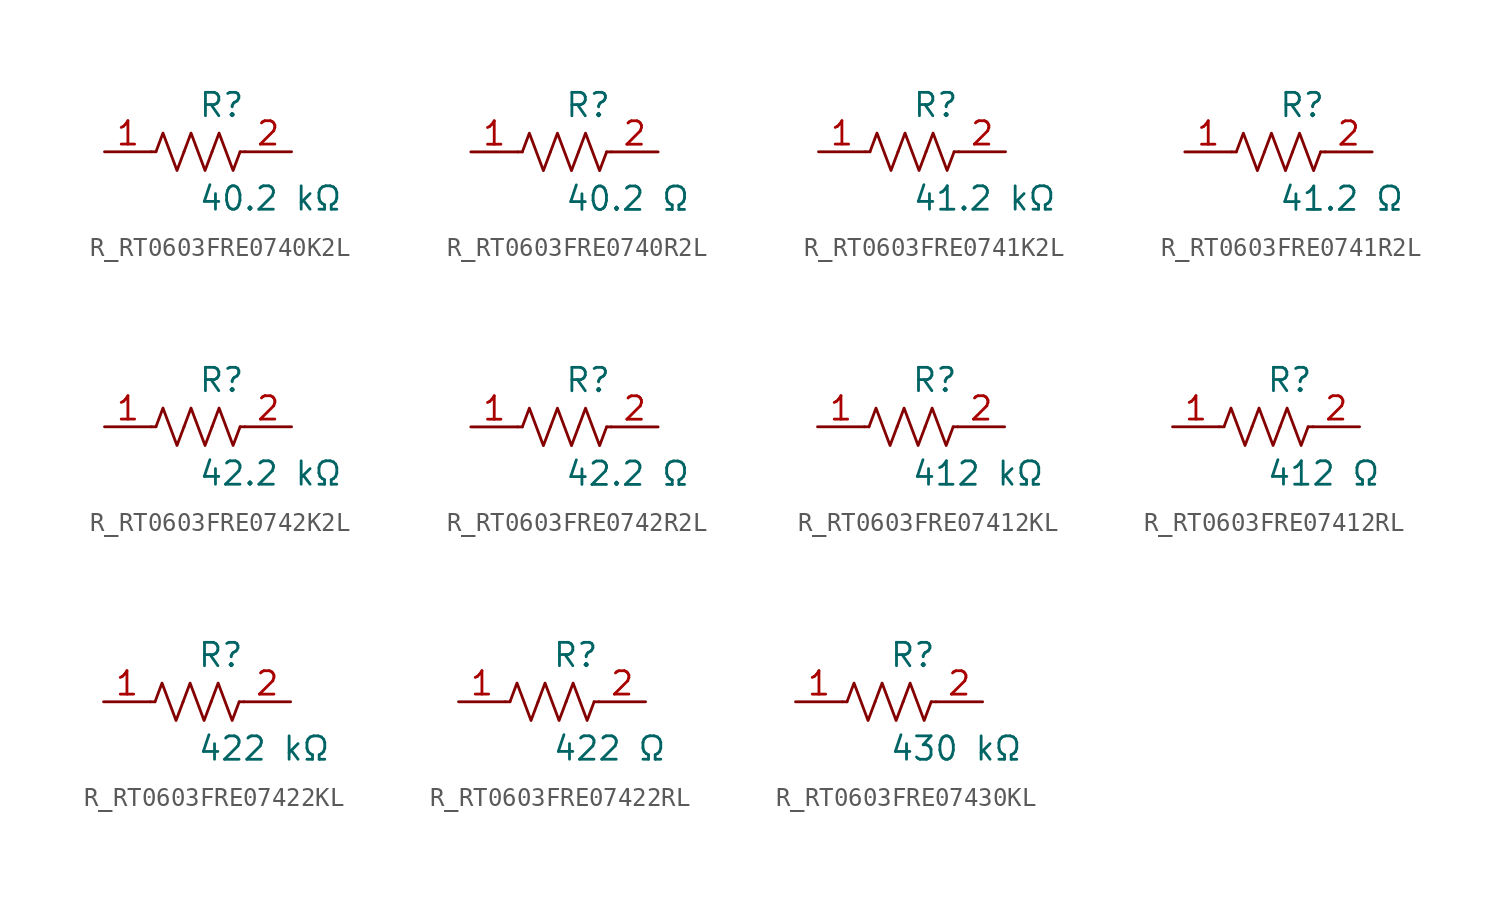
<source format=kicad_sym>
(kicad_symbol_lib
  (version 20231120)
  (generator kicad_symbol_editor)
  (generator_version 8.0)
  (symbol "R_RT0603FRE0740K2L"
    (pin_names
      (offset 0.254))
    (property "Reference" "R"
      (at 0.0 2.54 0)
      (effects (font (size 1.27 1.27)) (justify left)))
    (property "Value" "40.2 kΩ"
      (at 0.0 -2.54 0)
      (effects (font (size 1.27 1.27)) (justify left)))
    (symbol "R_RT0603FRE0740K2L_0_1"
      (polyline (pts (xy 2.286 0) (xy 2.54 0)) (stroke (width 0) (type default)) (fill (type none)))
      (polyline (pts (xy -2.286 0) (xy -2.54 0)) (stroke (width 0) (type default)) (fill (type none)))
      (polyline (pts (xy 0.762 0) (xy 1.143 1.016) (xy 1.524 0) (xy 1.905 -1.016) (xy 2.286 0)) (stroke (width 0) (type default)) (fill (type none)))
      (polyline (pts (xy -0.762 0) (xy -0.381 1.016) (xy 0 0) (xy 0.381 -1.016) (xy 0.762 0)) (stroke (width 0) (type default)) (fill (type none)))
      (polyline (pts (xy -2.286 0) (xy -1.905 1.016) (xy -1.524 0) (xy -1.143 -1.016) (xy -0.762 0)) (stroke (width 0) (type default)) (fill (type none))))
    (pin unspecified line
      (at -5.08 0 0)
      (length 2.54)
      (name "" (effects (font (size 1.27 1.27))))
      (number "1" (effects (font (size 1.27 1.27)))))
    (pin unspecified line
      (at 5.08 0 180)
      (length 2.54)
      (name "" (effects (font (size 1.27 1.27))))
      (number "2" (effects (font (size 1.27 1.27))))))
  (symbol "R_RT0603FRE0740R2L"
    (pin_names
      (offset 0.254))
    (property "Reference" "R"
      (at 0.0 2.54 0)
      (effects (font (size 1.27 1.27)) (justify left)))
    (property "Value" "40.2 Ω"
      (at 0.0 -2.54 0)
      (effects (font (size 1.27 1.27)) (justify left)))
    (symbol "R_RT0603FRE0740R2L_0_1"
      (polyline (pts (xy 2.286 0) (xy 2.54 0)) (stroke (width 0) (type default)) (fill (type none)))
      (polyline (pts (xy -2.286 0) (xy -2.54 0)) (stroke (width 0) (type default)) (fill (type none)))
      (polyline (pts (xy 0.762 0) (xy 1.143 1.016) (xy 1.524 0) (xy 1.905 -1.016) (xy 2.286 0)) (stroke (width 0) (type default)) (fill (type none)))
      (polyline (pts (xy -0.762 0) (xy -0.381 1.016) (xy 0 0) (xy 0.381 -1.016) (xy 0.762 0)) (stroke (width 0) (type default)) (fill (type none)))
      (polyline (pts (xy -2.286 0) (xy -1.905 1.016) (xy -1.524 0) (xy -1.143 -1.016) (xy -0.762 0)) (stroke (width 0) (type default)) (fill (type none))))
    (pin unspecified line
      (at -5.08 0 0)
      (length 2.54)
      (name "" (effects (font (size 1.27 1.27))))
      (number "1" (effects (font (size 1.27 1.27)))))
    (pin unspecified line
      (at 5.08 0 180)
      (length 2.54)
      (name "" (effects (font (size 1.27 1.27))))
      (number "2" (effects (font (size 1.27 1.27))))))
  (symbol "R_RT0603FRE0741K2L"
    (pin_names
      (offset 0.254))
    (property "Reference" "R"
      (at 0.0 2.54 0)
      (effects (font (size 1.27 1.27)) (justify left)))
    (property "Value" "41.2 kΩ"
      (at 0.0 -2.54 0)
      (effects (font (size 1.27 1.27)) (justify left)))
    (symbol "R_RT0603FRE0741K2L_0_1"
      (polyline (pts (xy 2.286 0) (xy 2.54 0)) (stroke (width 0) (type default)) (fill (type none)))
      (polyline (pts (xy -2.286 0) (xy -2.54 0)) (stroke (width 0) (type default)) (fill (type none)))
      (polyline (pts (xy 0.762 0) (xy 1.143 1.016) (xy 1.524 0) (xy 1.905 -1.016) (xy 2.286 0)) (stroke (width 0) (type default)) (fill (type none)))
      (polyline (pts (xy -0.762 0) (xy -0.381 1.016) (xy 0 0) (xy 0.381 -1.016) (xy 0.762 0)) (stroke (width 0) (type default)) (fill (type none)))
      (polyline (pts (xy -2.286 0) (xy -1.905 1.016) (xy -1.524 0) (xy -1.143 -1.016) (xy -0.762 0)) (stroke (width 0) (type default)) (fill (type none))))
    (pin unspecified line
      (at -5.08 0 0)
      (length 2.54)
      (name "" (effects (font (size 1.27 1.27))))
      (number "1" (effects (font (size 1.27 1.27)))))
    (pin unspecified line
      (at 5.08 0 180)
      (length 2.54)
      (name "" (effects (font (size 1.27 1.27))))
      (number "2" (effects (font (size 1.27 1.27))))))
  (symbol "R_RT0603FRE0741R2L"
    (pin_names
      (offset 0.254))
    (property "Reference" "R"
      (at 0.0 2.54 0)
      (effects (font (size 1.27 1.27)) (justify left)))
    (property "Value" "41.2 Ω"
      (at 0.0 -2.54 0)
      (effects (font (size 1.27 1.27)) (justify left)))
    (symbol "R_RT0603FRE0741R2L_0_1"
      (polyline (pts (xy 2.286 0) (xy 2.54 0)) (stroke (width 0) (type default)) (fill (type none)))
      (polyline (pts (xy -2.286 0) (xy -2.54 0)) (stroke (width 0) (type default)) (fill (type none)))
      (polyline (pts (xy 0.762 0) (xy 1.143 1.016) (xy 1.524 0) (xy 1.905 -1.016) (xy 2.286 0)) (stroke (width 0) (type default)) (fill (type none)))
      (polyline (pts (xy -0.762 0) (xy -0.381 1.016) (xy 0 0) (xy 0.381 -1.016) (xy 0.762 0)) (stroke (width 0) (type default)) (fill (type none)))
      (polyline (pts (xy -2.286 0) (xy -1.905 1.016) (xy -1.524 0) (xy -1.143 -1.016) (xy -0.762 0)) (stroke (width 0) (type default)) (fill (type none))))
    (pin unspecified line
      (at -5.08 0 0)
      (length 2.54)
      (name "" (effects (font (size 1.27 1.27))))
      (number "1" (effects (font (size 1.27 1.27)))))
    (pin unspecified line
      (at 5.08 0 180)
      (length 2.54)
      (name "" (effects (font (size 1.27 1.27))))
      (number "2" (effects (font (size 1.27 1.27))))))
  (symbol "R_RT0603FRE0742K2L"
    (pin_names
      (offset 0.254))
    (property "Reference" "R"
      (at 0.0 2.54 0)
      (effects (font (size 1.27 1.27)) (justify left)))
    (property "Value" "42.2 kΩ"
      (at 0.0 -2.54 0)
      (effects (font (size 1.27 1.27)) (justify left)))
    (symbol "R_RT0603FRE0742K2L_0_1"
      (polyline (pts (xy 2.286 0) (xy 2.54 0)) (stroke (width 0) (type default)) (fill (type none)))
      (polyline (pts (xy -2.286 0) (xy -2.54 0)) (stroke (width 0) (type default)) (fill (type none)))
      (polyline (pts (xy 0.762 0) (xy 1.143 1.016) (xy 1.524 0) (xy 1.905 -1.016) (xy 2.286 0)) (stroke (width 0) (type default)) (fill (type none)))
      (polyline (pts (xy -0.762 0) (xy -0.381 1.016) (xy 0 0) (xy 0.381 -1.016) (xy 0.762 0)) (stroke (width 0) (type default)) (fill (type none)))
      (polyline (pts (xy -2.286 0) (xy -1.905 1.016) (xy -1.524 0) (xy -1.143 -1.016) (xy -0.762 0)) (stroke (width 0) (type default)) (fill (type none))))
    (pin unspecified line
      (at -5.08 0 0)
      (length 2.54)
      (name "" (effects (font (size 1.27 1.27))))
      (number "1" (effects (font (size 1.27 1.27)))))
    (pin unspecified line
      (at 5.08 0 180)
      (length 2.54)
      (name "" (effects (font (size 1.27 1.27))))
      (number "2" (effects (font (size 1.27 1.27))))))
  (symbol "R_RT0603FRE0742R2L"
    (pin_names
      (offset 0.254))
    (property "Reference" "R"
      (at 0.0 2.54 0)
      (effects (font (size 1.27 1.27)) (justify left)))
    (property "Value" "42.2 Ω"
      (at 0.0 -2.54 0)
      (effects (font (size 1.27 1.27)) (justify left)))
    (symbol "R_RT0603FRE0742R2L_0_1"
      (polyline (pts (xy 2.286 0) (xy 2.54 0)) (stroke (width 0) (type default)) (fill (type none)))
      (polyline (pts (xy -2.286 0) (xy -2.54 0)) (stroke (width 0) (type default)) (fill (type none)))
      (polyline (pts (xy 0.762 0) (xy 1.143 1.016) (xy 1.524 0) (xy 1.905 -1.016) (xy 2.286 0)) (stroke (width 0) (type default)) (fill (type none)))
      (polyline (pts (xy -0.762 0) (xy -0.381 1.016) (xy 0 0) (xy 0.381 -1.016) (xy 0.762 0)) (stroke (width 0) (type default)) (fill (type none)))
      (polyline (pts (xy -2.286 0) (xy -1.905 1.016) (xy -1.524 0) (xy -1.143 -1.016) (xy -0.762 0)) (stroke (width 0) (type default)) (fill (type none))))
    (pin unspecified line
      (at -5.08 0 0)
      (length 2.54)
      (name "" (effects (font (size 1.27 1.27))))
      (number "1" (effects (font (size 1.27 1.27)))))
    (pin unspecified line
      (at 5.08 0 180)
      (length 2.54)
      (name "" (effects (font (size 1.27 1.27))))
      (number "2" (effects (font (size 1.27 1.27))))))
  (symbol "R_RT0603FRE07412KL"
    (pin_names
      (offset 0.254))
    (property "Reference" "R"
      (at 0.0 2.54 0)
      (effects (font (size 1.27 1.27)) (justify left)))
    (property "Value" "412 kΩ"
      (at 0.0 -2.54 0)
      (effects (font (size 1.27 1.27)) (justify left)))
    (symbol "R_RT0603FRE07412KL_0_1"
      (polyline (pts (xy 2.286 0) (xy 2.54 0)) (stroke (width 0) (type default)) (fill (type none)))
      (polyline (pts (xy -2.286 0) (xy -2.54 0)) (stroke (width 0) (type default)) (fill (type none)))
      (polyline (pts (xy 0.762 0) (xy 1.143 1.016) (xy 1.524 0) (xy 1.905 -1.016) (xy 2.286 0)) (stroke (width 0) (type default)) (fill (type none)))
      (polyline (pts (xy -0.762 0) (xy -0.381 1.016) (xy 0 0) (xy 0.381 -1.016) (xy 0.762 0)) (stroke (width 0) (type default)) (fill (type none)))
      (polyline (pts (xy -2.286 0) (xy -1.905 1.016) (xy -1.524 0) (xy -1.143 -1.016) (xy -0.762 0)) (stroke (width 0) (type default)) (fill (type none))))
    (pin unspecified line
      (at -5.08 0 0)
      (length 2.54)
      (name "" (effects (font (size 1.27 1.27))))
      (number "1" (effects (font (size 1.27 1.27)))))
    (pin unspecified line
      (at 5.08 0 180)
      (length 2.54)
      (name "" (effects (font (size 1.27 1.27))))
      (number "2" (effects (font (size 1.27 1.27))))))
  (symbol "R_RT0603FRE07412RL"
    (pin_names
      (offset 0.254))
    (property "Reference" "R"
      (at 0.0 2.54 0)
      (effects (font (size 1.27 1.27)) (justify left)))
    (property "Value" "412 Ω"
      (at 0.0 -2.54 0)
      (effects (font (size 1.27 1.27)) (justify left)))
    (symbol "R_RT0603FRE07412RL_0_1"
      (polyline (pts (xy 2.286 0) (xy 2.54 0)) (stroke (width 0) (type default)) (fill (type none)))
      (polyline (pts (xy -2.286 0) (xy -2.54 0)) (stroke (width 0) (type default)) (fill (type none)))
      (polyline (pts (xy 0.762 0) (xy 1.143 1.016) (xy 1.524 0) (xy 1.905 -1.016) (xy 2.286 0)) (stroke (width 0) (type default)) (fill (type none)))
      (polyline (pts (xy -0.762 0) (xy -0.381 1.016) (xy 0 0) (xy 0.381 -1.016) (xy 0.762 0)) (stroke (width 0) (type default)) (fill (type none)))
      (polyline (pts (xy -2.286 0) (xy -1.905 1.016) (xy -1.524 0) (xy -1.143 -1.016) (xy -0.762 0)) (stroke (width 0) (type default)) (fill (type none))))
    (pin unspecified line
      (at -5.08 0 0)
      (length 2.54)
      (name "" (effects (font (size 1.27 1.27))))
      (number "1" (effects (font (size 1.27 1.27)))))
    (pin unspecified line
      (at 5.08 0 180)
      (length 2.54)
      (name "" (effects (font (size 1.27 1.27))))
      (number "2" (effects (font (size 1.27 1.27))))))
  (symbol "R_RT0603FRE07422KL"
    (pin_names
      (offset 0.254))
    (property "Reference" "R"
      (at 0.0 2.54 0)
      (effects (font (size 1.27 1.27)) (justify left)))
    (property "Value" "422 kΩ"
      (at 0.0 -2.54 0)
      (effects (font (size 1.27 1.27)) (justify left)))
    (symbol "R_RT0603FRE07422KL_0_1"
      (polyline (pts (xy 2.286 0) (xy 2.54 0)) (stroke (width 0) (type default)) (fill (type none)))
      (polyline (pts (xy -2.286 0) (xy -2.54 0)) (stroke (width 0) (type default)) (fill (type none)))
      (polyline (pts (xy 0.762 0) (xy 1.143 1.016) (xy 1.524 0) (xy 1.905 -1.016) (xy 2.286 0)) (stroke (width 0) (type default)) (fill (type none)))
      (polyline (pts (xy -0.762 0) (xy -0.381 1.016) (xy 0 0) (xy 0.381 -1.016) (xy 0.762 0)) (stroke (width 0) (type default)) (fill (type none)))
      (polyline (pts (xy -2.286 0) (xy -1.905 1.016) (xy -1.524 0) (xy -1.143 -1.016) (xy -0.762 0)) (stroke (width 0) (type default)) (fill (type none))))
    (pin unspecified line
      (at -5.08 0 0)
      (length 2.54)
      (name "" (effects (font (size 1.27 1.27))))
      (number "1" (effects (font (size 1.27 1.27)))))
    (pin unspecified line
      (at 5.08 0 180)
      (length 2.54)
      (name "" (effects (font (size 1.27 1.27))))
      (number "2" (effects (font (size 1.27 1.27))))))
  (symbol "R_RT0603FRE07422RL"
    (pin_names
      (offset 0.254))
    (property "Reference" "R"
      (at 0.0 2.54 0)
      (effects (font (size 1.27 1.27)) (justify left)))
    (property "Value" "422 Ω"
      (at 0.0 -2.54 0)
      (effects (font (size 1.27 1.27)) (justify left)))
    (symbol "R_RT0603FRE07422RL_0_1"
      (polyline (pts (xy 2.286 0) (xy 2.54 0)) (stroke (width 0) (type default)) (fill (type none)))
      (polyline (pts (xy -2.286 0) (xy -2.54 0)) (stroke (width 0) (type default)) (fill (type none)))
      (polyline (pts (xy 0.762 0) (xy 1.143 1.016) (xy 1.524 0) (xy 1.905 -1.016) (xy 2.286 0)) (stroke (width 0) (type default)) (fill (type none)))
      (polyline (pts (xy -0.762 0) (xy -0.381 1.016) (xy 0 0) (xy 0.381 -1.016) (xy 0.762 0)) (stroke (width 0) (type default)) (fill (type none)))
      (polyline (pts (xy -2.286 0) (xy -1.905 1.016) (xy -1.524 0) (xy -1.143 -1.016) (xy -0.762 0)) (stroke (width 0) (type default)) (fill (type none))))
    (pin unspecified line
      (at -5.08 0 0)
      (length 2.54)
      (name "" (effects (font (size 1.27 1.27))))
      (number "1" (effects (font (size 1.27 1.27)))))
    (pin unspecified line
      (at 5.08 0 180)
      (length 2.54)
      (name "" (effects (font (size 1.27 1.27))))
      (number "2" (effects (font (size 1.27 1.27))))))
  (symbol "R_RT0603FRE07430KL"
    (pin_names
      (offset 0.254))
    (property "Reference" "R"
      (at 0.0 2.54 0)
      (effects (font (size 1.27 1.27)) (justify left)))
    (property "Value" "430 kΩ"
      (at 0.0 -2.54 0)
      (effects (font (size 1.27 1.27)) (justify left)))
    (symbol "R_RT0603FRE07430KL_0_1"
      (polyline (pts (xy 2.286 0) (xy 2.54 0)) (stroke (width 0) (type default)) (fill (type none)))
      (polyline (pts (xy -2.286 0) (xy -2.54 0)) (stroke (width 0) (type default)) (fill (type none)))
      (polyline (pts (xy 0.762 0) (xy 1.143 1.016) (xy 1.524 0) (xy 1.905 -1.016) (xy 2.286 0)) (stroke (width 0) (type default)) (fill (type none)))
      (polyline (pts (xy -0.762 0) (xy -0.381 1.016) (xy 0 0) (xy 0.381 -1.016) (xy 0.762 0)) (stroke (width 0) (type default)) (fill (type none)))
      (polyline (pts (xy -2.286 0) (xy -1.905 1.016) (xy -1.524 0) (xy -1.143 -1.016) (xy -0.762 0)) (stroke (width 0) (type default)) (fill (type none))))
    (pin unspecified line
      (at -5.08 0 0)
      (length 2.54)
      (name "" (effects (font (size 1.27 1.27))))
      (number "1" (effects (font (size 1.27 1.27)))))
    (pin unspecified line
      (at 5.08 0 180)
      (length 2.54)
      (name "" (effects (font (size 1.27 1.27))))
      (number "2" (effects (font (size 1.27 1.27)))))))
</source>
